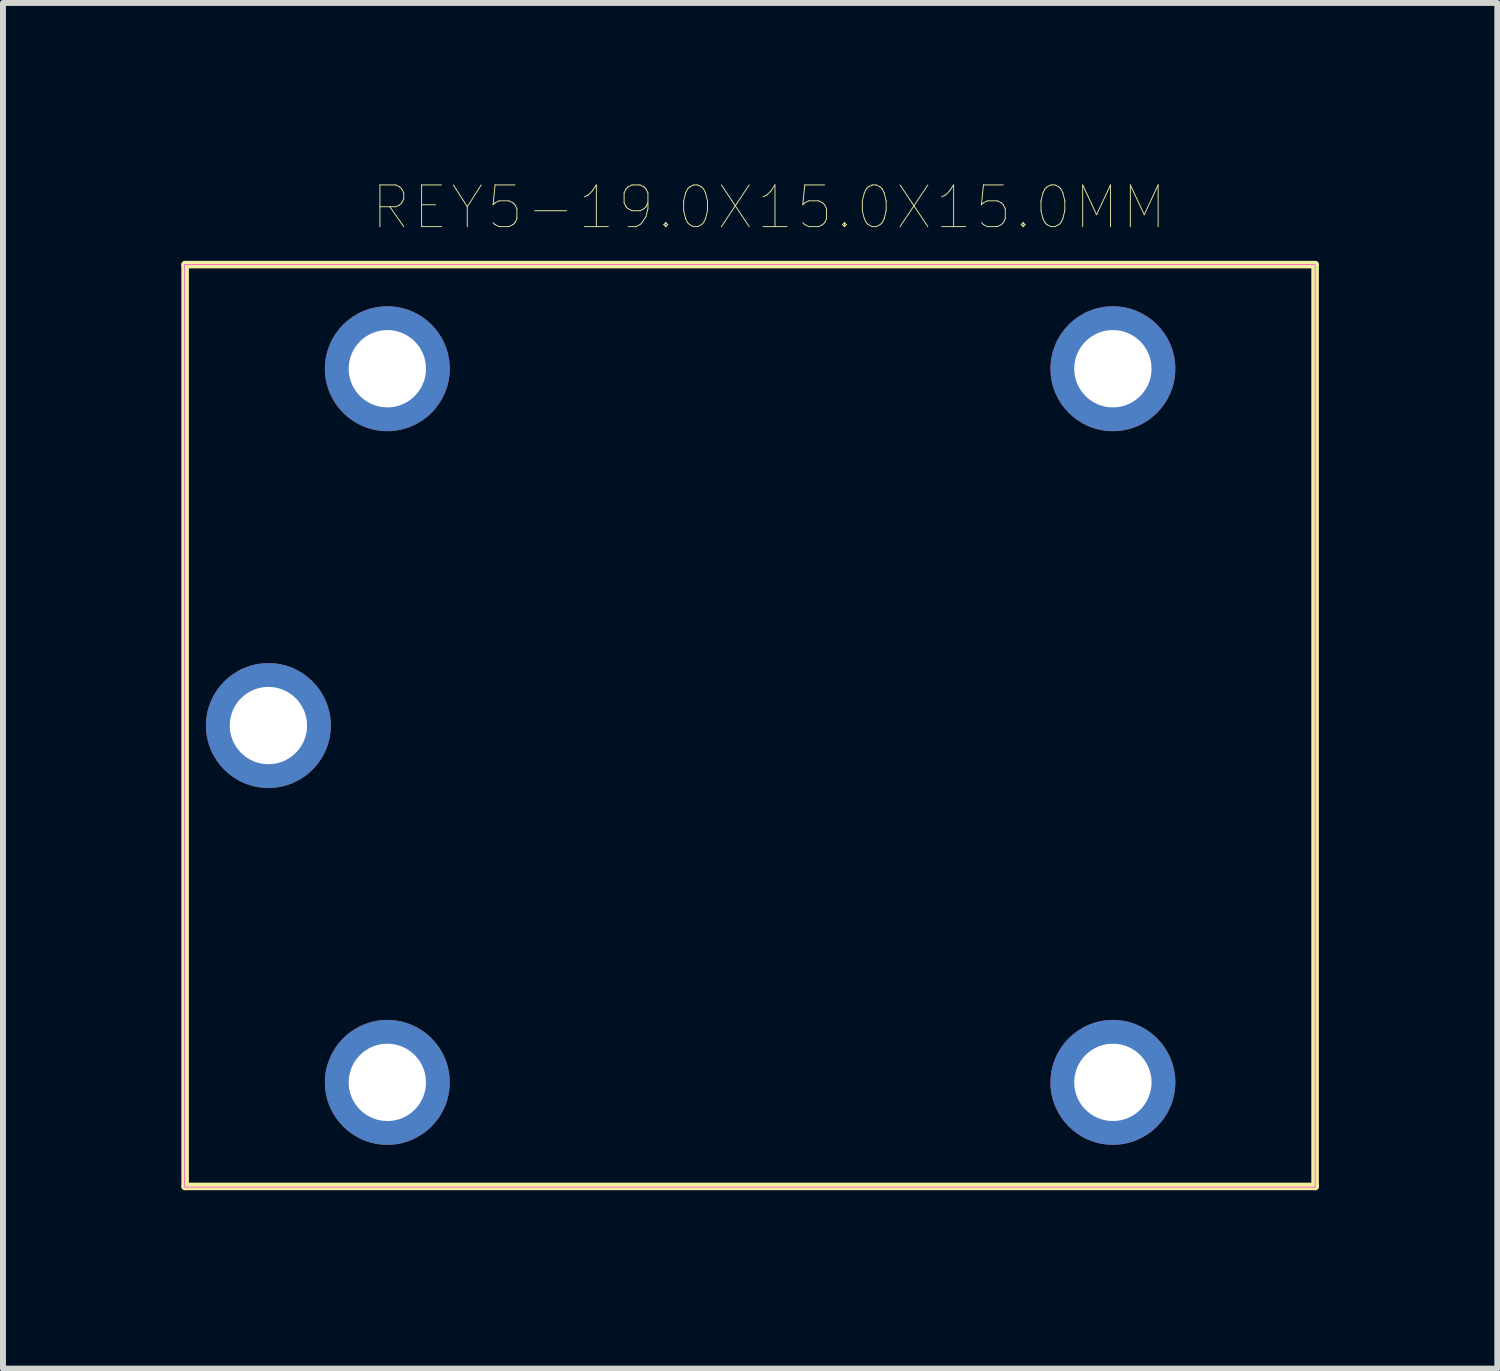
<source format=kicad_pcb>
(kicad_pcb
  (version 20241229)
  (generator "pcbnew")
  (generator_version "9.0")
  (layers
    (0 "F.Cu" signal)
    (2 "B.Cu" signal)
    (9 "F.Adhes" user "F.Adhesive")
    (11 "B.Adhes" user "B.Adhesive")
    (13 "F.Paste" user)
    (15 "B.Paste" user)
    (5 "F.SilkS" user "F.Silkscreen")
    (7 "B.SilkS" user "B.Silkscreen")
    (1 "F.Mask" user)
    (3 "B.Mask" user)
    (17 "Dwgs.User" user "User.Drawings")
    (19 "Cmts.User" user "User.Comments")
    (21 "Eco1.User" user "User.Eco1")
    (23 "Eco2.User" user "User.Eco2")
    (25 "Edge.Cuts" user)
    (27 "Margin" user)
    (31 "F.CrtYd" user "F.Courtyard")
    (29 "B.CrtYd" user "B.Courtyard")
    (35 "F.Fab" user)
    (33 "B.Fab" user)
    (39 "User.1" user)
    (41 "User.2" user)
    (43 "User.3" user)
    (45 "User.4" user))
  (footprint "REY5-19.0X15.0X15.0MM"
    (layer "F.Cu")
    (at 9.563 9.15)
    (property "Reference" "REY5-19.0X15.0X15.0MM" (at 0.318 -8.713 0) (layer "F.SilkS") (effects (font (size 0.701 0.701) (thickness 0.015))))
    (attr through_hole)
    (fp_line (start -9.5 -7.75) (end -9.5 7.75) (stroke (width 0.127) (type solid)) (layer "F.SilkS"))
    (fp_line (start -9.5 7.75) (end 9.5 7.75) (stroke (width 0.127) (type solid)) (layer "F.SilkS"))
    (fp_line (start 9.5 -7.75) (end -9.5 -7.75) (stroke (width 0.127) (type solid)) (layer "F.SilkS"))
    (fp_line (start 9.5 7.75) (end 9.5 -7.75) (stroke (width 0.127) (type solid)) (layer "F.SilkS"))
    (fp_poly (pts (xy -9.513 -7.75) (xy 9.5 -7.75) (xy 9.5 7.761) (xy -9.513 7.761)) (stroke (width 0.01) (type solid)) (fill no) (layer "F.CrtYd"))
    (pad "1" thru_hole circle (at -8.1 0) (size 2.1 2.1) (drill 1.3) (layers "*.Cu" "*.Mask"))
    (pad "2" thru_hole circle (at -6.1 6) (size 2.1 2.1) (drill 1.3) (layers "*.Cu" "*.Mask"))
    (pad "3" thru_hole circle (at -6.1 -6) (size 2.1 2.1) (drill 1.3) (layers "*.Cu" "*.Mask"))
    (pad "4" thru_hole circle (at 6.1 6) (size 2.1 2.1) (drill 1.3) (layers "*.Cu" "*.Mask"))
    (pad "5" thru_hole circle (at 6.1 -6) (size 2.1 2.1) (drill 1.3) (layers "*.Cu" "*.Mask")))
  (gr_rect
    (start -3 -3)
    (end 22.127 19.963)
    (stroke (width 0.1) (type default))
    (fill no)
    (layer "Edge.Cuts")))
</source>
